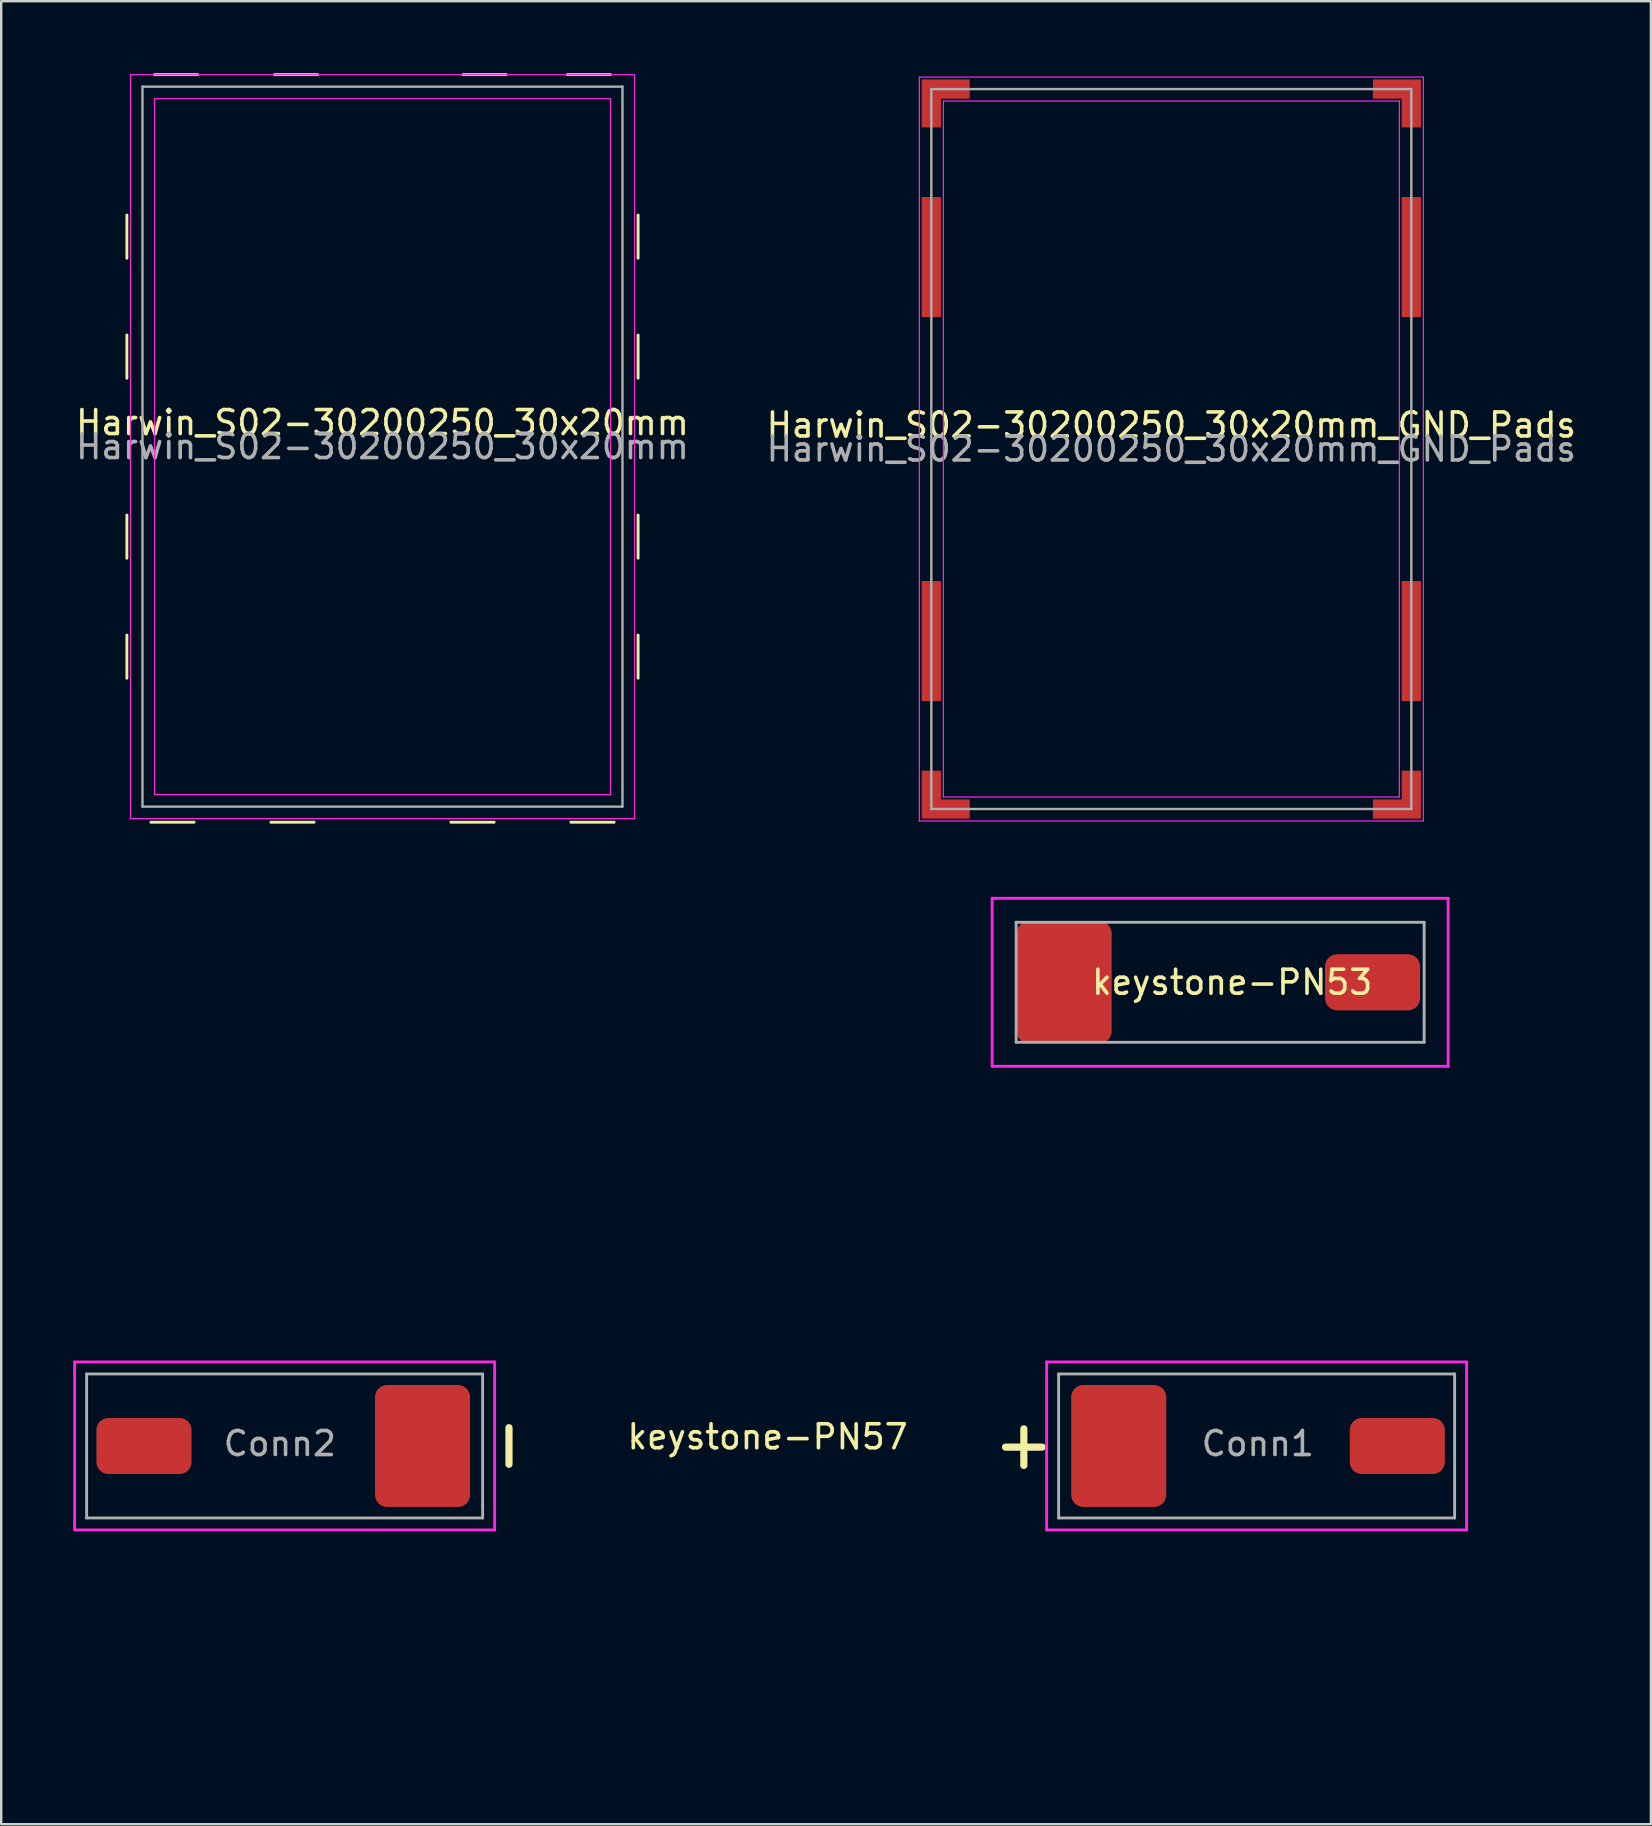
<source format=kicad_pcb>
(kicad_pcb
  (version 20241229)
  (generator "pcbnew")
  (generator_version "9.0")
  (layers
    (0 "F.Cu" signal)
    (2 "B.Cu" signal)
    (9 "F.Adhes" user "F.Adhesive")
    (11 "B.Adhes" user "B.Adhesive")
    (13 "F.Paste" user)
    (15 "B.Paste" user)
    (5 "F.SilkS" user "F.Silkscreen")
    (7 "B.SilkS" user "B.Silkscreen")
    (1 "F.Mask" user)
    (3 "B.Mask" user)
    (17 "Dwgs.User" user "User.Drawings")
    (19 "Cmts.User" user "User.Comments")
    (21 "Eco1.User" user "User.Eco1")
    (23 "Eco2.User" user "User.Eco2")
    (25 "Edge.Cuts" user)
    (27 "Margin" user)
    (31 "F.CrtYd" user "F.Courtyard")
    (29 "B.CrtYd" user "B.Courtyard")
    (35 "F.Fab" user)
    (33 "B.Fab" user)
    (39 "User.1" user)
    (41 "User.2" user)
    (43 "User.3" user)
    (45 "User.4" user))
  (footprint "keystone-PN57"
    (layer "F.Cu")
    (at 29.06 57.2)
    (property "Reference" "keystone-PN57" (at -0.127 -0.381 0) (layer "F.SilkS") (effects (font (size 1 1) (thickness 0.15))))
    (attr through_hole)
    (fp_line (start 0 12.7) (end 0 -12.7) (stroke (width 0.12) (type solid)) (layer "Eco1.User"))
    (fp_line (start 24.13 0) (end -24.13 0) (stroke (width 0.12) (type solid)) (layer "Eco1.User"))
    (fp_line (start -29 -3.5) (end -29 3.5) (stroke (width 0.12) (type solid)) (layer "F.CrtYd"))
    (fp_line (start -29 3.5) (end -11.5 3.5) (stroke (width 0.12) (type solid)) (layer "F.CrtYd"))
    (fp_line (start -11.5 -3.5) (end -29 -3.5) (stroke (width 0.12) (type solid)) (layer "F.CrtYd"))
    (fp_line (start -11.5 3.5) (end -11.5 -3.5) (stroke (width 0.12) (type solid)) (layer "F.CrtYd"))
    (fp_line (start 11.5 -3.5) (end 11.5 3.5) (stroke (width 0.12) (type solid)) (layer "F.CrtYd"))
    (fp_line (start 11.5 3.5) (end 29 3.5) (stroke (width 0.12) (type solid)) (layer "F.CrtYd"))
    (fp_line (start 29 -3.5) (end 11.5 -3.5) (stroke (width 0.12) (type solid)) (layer "F.CrtYd"))
    (fp_line (start 29 3.5) (end 29 -3.5) (stroke (width 0.12) (type solid)) (layer "F.CrtYd"))
    (fp_line (start -28.5 -3) (end -12 -3) (stroke (width 0.12) (type solid)) (layer "F.Fab"))
    (fp_line (start -28.5 3) (end -28.5 -3) (stroke (width 0.12) (type solid)) (layer "F.Fab"))
    (fp_line (start -12 -3) (end -12 2.5) (stroke (width 0.12) (type solid)) (layer "F.Fab"))
    (fp_line (start -12 2.5) (end -12 3) (stroke (width 0.12) (type solid)) (layer "F.Fab"))
    (fp_line (start -12 3) (end -28.5 3) (stroke (width 0.12) (type solid)) (layer "F.Fab"))
    (fp_line (start 12 -3) (end 12 3) (stroke (width 0.12) (type solid)) (layer "F.Fab"))
    (fp_line (start 12 3) (end 28.5 3) (stroke (width 0.12) (type solid)) (layer "F.Fab"))
    (fp_line (start 28.5 -3) (end 12 -3) (stroke (width 0.12) (type solid)) (layer "F.Fab"))
    (fp_line (start 28.5 3) (end 28.5 -3) (stroke (width 0.12) (type solid)) (layer "F.Fab"))
    (fp_text user "-" (at -11.05 0 90) (layer "F.SilkS") (effects (font (size 2 2) (thickness 0.3))))
    (fp_text user "+" (at 10.55 -0.1 0) (layer "F.SilkS") (effects (font (size 2 2) (thickness 0.3))))
    (fp_text user "Conn1" (at 20.3 -0.1 0) (layer "F.Fab") (effects (font (size 1 1) (thickness 0.15))))
    (fp_text user "Conn2" (at -20.45 -0.1 0) (layer "F.Fab") (effects (font (size 1 1) (thickness 0.15))))
    (pad "1" smd roundrect (at 14.503 0) (size 3.96 5.08) (layers "F.Cu" "F.Mask" "F.Paste") (roundrect_rratio 0.126))
    (pad "1" smd roundrect (at 26.111 0) (size 3.962 2.337) (layers "F.Cu" "F.Mask" "F.Paste") (roundrect_rratio 0.214))
    (pad "2" smd roundrect (at -26.111 0) (size 3.962 2.337) (layers "F.Cu" "F.Mask" "F.Paste") (roundrect_rratio 0.214))
    (pad "2" smd roundrect (at -14.503 0) (size 3.96 5.08) (layers "F.Cu" "F.Mask" "F.Paste") (roundrect_rratio 0.126)))
  (footprint "Harwin_S02-30200250_30x20mm_GND_Pads"
    (layer "F.Cu")
    (at 45.756 15.66)
    (property "Reference" "Harwin_S02-30200250_30x20mm_GND_Pads" (at 0 -1 0) (layer "F.SilkS") (effects (font (size 1 1) (thickness 0.15))))
    (attr smd)
    (fp_line (start -10.6 0) (end -9.4 0) (stroke (width 0.12) (type solid)) (layer "Eco2.User"))
    (fp_line (start 0 -15.6) (end 0 -14.4) (stroke (width 0.12) (type solid)) (layer "Eco2.User"))
    (fp_line (start 0 14.4) (end 0 15.6) (stroke (width 0.12) (type solid)) (layer "Eco2.User"))
    (fp_line (start 9.4 0) (end 10.6 0) (stroke (width 0.12) (type solid)) (layer "Eco2.User"))
    (fp_line (start -10.5 -15.5) (end -10.5 15.5) (stroke (width 0.05) (type solid)) (layer "F.CrtYd"))
    (fp_line (start -10.5 15.5) (end 10.5 15.5) (stroke (width 0.05) (type solid)) (layer "F.CrtYd"))
    (fp_line (start -9.5 -14.5) (end -9.5 14.5) (stroke (width 0.05) (type solid)) (layer "F.CrtYd"))
    (fp_line (start -9.5 14.5) (end 9.5 14.5) (stroke (width 0.05) (type solid)) (layer "F.CrtYd"))
    (fp_line (start 9.5 -14.5) (end -9.5 -14.5) (stroke (width 0.05) (type solid)) (layer "F.CrtYd"))
    (fp_line (start 9.5 14.5) (end 9.5 -14.5) (stroke (width 0.05) (type solid)) (layer "F.CrtYd"))
    (fp_line (start 10.5 -15.5) (end -10.5 -15.5) (stroke (width 0.05) (type solid)) (layer "F.CrtYd"))
    (fp_line (start 10.5 15.5) (end 10.5 -15.5) (stroke (width 0.05) (type solid)) (layer "F.CrtYd"))
    (fp_line (start -10 -15) (end -10 15) (stroke (width 0.1) (type solid)) (layer "F.Fab"))
    (fp_line (start -10 15) (end 10 15) (stroke (width 0.1) (type solid)) (layer "F.Fab"))
    (fp_line (start 10 -15) (end -10 -15) (stroke (width 0.1) (type solid)) (layer "F.Fab"))
    (fp_line (start 10 15) (end 10 -15) (stroke (width 0.1) (type solid)) (layer "F.Fab"))
    (fp_text user "${REFERENCE}" (at 0 0 0) (layer "F.Fab") (effects (font (size 1 1) (thickness 0.15))))
    (pad "1" smd custom (at -10 -14.9 180) (size 0.1 0.1) (layers "F.Cu" "F.Mask") (options (anchor rect)) (primitives (gr_poly (pts (xy 0.4 0.5) (xy 0.4 -1.5) (xy -0.4 -1.5) (xy -0.4 -0.3) (xy -1.6 -0.3) (xy -1.6 0.5)) (width 0) (fill yes))))
    (pad "1" smd rect (at -10 -8) (size 0.8 5) (layers "F.Cu" "F.Mask"))
    (pad "1" smd rect (at -10 8) (size 0.8 5) (layers "F.Cu" "F.Mask"))
    (pad "1" smd custom (at -9.9 15 270) (size 0.1 0.1) (layers "F.Cu" "F.Mask") (options (anchor rect)) (primitives (gr_poly (pts (xy 0.4 0.5) (xy 0.4 -1.5) (xy -0.4 -1.5) (xy -0.4 -0.3) (xy -1.6 -0.3) (xy -1.6 0.5)) (width 0) (fill yes))))
    (pad "1" smd custom (at 9.9 -15 90) (size 0.1 0.1) (layers "F.Cu" "F.Mask") (options (anchor rect)) (primitives (gr_poly (pts (xy 0.4 0.5) (xy 0.4 -1.5) (xy -0.4 -1.5) (xy -0.4 -0.3) (xy -1.6 -0.3) (xy -1.6 0.5)) (width 0) (fill yes))))
    (pad "1" smd rect (at 10 -8) (size 0.8 5) (layers "F.Cu" "F.Mask"))
    (pad "1" smd rect (at 10 8) (size 0.8 5) (layers "F.Cu" "F.Mask"))
    (pad "1" smd custom (at 10 14.9) (size 0.1 0.1) (layers "F.Cu" "F.Mask") (options (anchor rect)) (primitives (gr_poly (pts (xy 0.4 0.5) (xy 0.4 -1.5) (xy -0.4 -1.5) (xy -0.4 -0.3) (xy -1.6 -0.3) (xy -1.6 0.5)) (width 0) (fill yes)))))
  (footprint "keystone-PN53"
    (layer "F.Cu")
    (at 41.29 37.88)
    (property "Reference" "keystone-PN53" (at 7 0 0) (layer "F.SilkS") (effects (font (size 1 1) (thickness 0.15))))
    (attr through_hole)
    (fp_line (start -41.23 0) (end -41.23 -0.35) (stroke (width 0.12) (type solid)) (layer "Eco1.User"))
    (fp_line (start -41.23 0) (end -41.23 0.35) (stroke (width 0.12) (type solid)) (layer "Eco1.User"))
    (fp_line (start 10.87 -0.01) (end 10.87 0.12) (stroke (width 0.12) (type solid)) (layer "Eco1.User"))
    (fp_line (start 10.87 0) (end -41.23 0) (stroke (width 0.12) (type solid)) (layer "Eco1.User"))
    (fp_line (start 10.87 0) (end 10.87 -0.12) (stroke (width 0.12) (type solid)) (layer "Eco1.User"))
    (fp_line (start -3 -3.5) (end 16 -3.5) (stroke (width 0.12) (type solid)) (layer "F.CrtYd"))
    (fp_line (start -3 3.5) (end -3 -3.5) (stroke (width 0.12) (type solid)) (layer "F.CrtYd"))
    (fp_line (start 16 -3.5) (end 16 3.5) (stroke (width 0.12) (type solid)) (layer "F.CrtYd"))
    (fp_line (start 16 3.5) (end -3 3.5) (stroke (width 0.12) (type solid)) (layer "F.CrtYd"))
    (fp_line (start -2 -2.5) (end 15 -2.5) (stroke (width 0.12) (type solid)) (layer "F.Fab"))
    (fp_line (start -2 2.5) (end -2 -2.5) (stroke (width 0.12) (type solid)) (layer "F.Fab"))
    (fp_line (start 15 -2.5) (end 15 2.5) (stroke (width 0.12) (type solid)) (layer "F.Fab"))
    (fp_line (start 15 2.5) (end -2 2.5) (stroke (width 0.12) (type solid)) (layer "F.Fab"))
    (pad "1" smd roundrect (at 0 0) (size 3.96 5.08) (layers "F.Cu" "F.Mask" "F.Paste") (roundrect_rratio 0.126))
    (pad "1" smd roundrect (at 12.85 0) (size 3.96 2.34) (layers "F.Cu" "F.Mask" "F.Paste") (roundrect_rratio 0.214)))
  (footprint "Harwin_S02-30200250_30x20mm"
    (layer "F.Cu")
    (at 12.887 15.56)
    (property "Reference" "Harwin_S02-30200250_30x20mm" (at 0 -1 0) (layer "F.SilkS") (effects (font (size 1 1) (thickness 0.15))))
    (attr smd)
    (fp_line (start -10.65 -9.65) (end -10.65 -7.85) (stroke (width 0.12) (type solid)) (layer "F.SilkS"))
    (fp_line (start -10.65 -4.65) (end -10.65 -2.85) (stroke (width 0.12) (type solid)) (layer "F.SilkS"))
    (fp_line (start -10.65 2.85) (end -10.65 4.65) (stroke (width 0.12) (type solid)) (layer "F.SilkS"))
    (fp_line (start -10.65 7.85) (end -10.65 9.65) (stroke (width 0.12) (type solid)) (layer "F.SilkS"))
    (fp_line (start -9.65 15.65) (end -7.85 15.65) (stroke (width 0.12) (type solid)) (layer "F.SilkS"))
    (fp_line (start -9.5 -15.5) (end -7.7 -15.5) (stroke (width 0.12) (type solid)) (layer "F.SilkS"))
    (fp_line (start -4.65 15.65) (end -2.85 15.65) (stroke (width 0.12) (type solid)) (layer "F.SilkS"))
    (fp_line (start -4.5 -15.5) (end -2.7 -15.5) (stroke (width 0.12) (type solid)) (layer "F.SilkS"))
    (fp_line (start 2.85 15.65) (end 4.65 15.65) (stroke (width 0.12) (type solid)) (layer "F.SilkS"))
    (fp_line (start 3.35 -15.5) (end 5.15 -15.5) (stroke (width 0.12) (type solid)) (layer "F.SilkS"))
    (fp_line (start 7.7 -15.5) (end 9.5 -15.5) (stroke (width 0.12) (type solid)) (layer "F.SilkS"))
    (fp_line (start 7.85 15.65) (end 9.65 15.65) (stroke (width 0.12) (type solid)) (layer "F.SilkS"))
    (fp_line (start 10.65 -9.65) (end 10.65 -7.85) (stroke (width 0.12) (type solid)) (layer "F.SilkS"))
    (fp_line (start 10.65 -4.65) (end 10.65 -2.85) (stroke (width 0.12) (type solid)) (layer "F.SilkS"))
    (fp_line (start 10.65 2.85) (end 10.65 4.65) (stroke (width 0.12) (type solid)) (layer "F.SilkS"))
    (fp_line (start 10.65 7.85) (end 10.65 9.65) (stroke (width 0.12) (type solid)) (layer "F.SilkS"))
    (fp_line (start -10.5 -15.5) (end -10.5 15.5) (stroke (width 0.05) (type solid)) (layer "F.CrtYd"))
    (fp_line (start -10.5 15.5) (end 10.5 15.5) (stroke (width 0.05) (type solid)) (layer "F.CrtYd"))
    (fp_line (start -9.5 -14.5) (end -9.5 14.5) (stroke (width 0.05) (type solid)) (layer "F.CrtYd"))
    (fp_line (start -9.5 14.5) (end 9.5 14.5) (stroke (width 0.05) (type solid)) (layer "F.CrtYd"))
    (fp_line (start 9.5 -14.5) (end -9.5 -14.5) (stroke (width 0.05) (type solid)) (layer "F.CrtYd"))
    (fp_line (start 9.5 14.5) (end 9.5 -14.5) (stroke (width 0.05) (type solid)) (layer "F.CrtYd"))
    (fp_line (start 10.5 -15.5) (end -10.5 -15.5) (stroke (width 0.05) (type solid)) (layer "F.CrtYd"))
    (fp_line (start 10.5 15.5) (end 10.5 -15.5) (stroke (width 0.05) (type solid)) (layer "F.CrtYd"))
    (fp_line (start -10 -15) (end -10 15) (stroke (width 0.1) (type solid)) (layer "F.Fab"))
    (fp_line (start -10 15) (end 10 15) (stroke (width 0.1) (type solid)) (layer "F.Fab"))
    (fp_line (start 10 -15) (end -10 -15) (stroke (width 0.1) (type solid)) (layer "F.Fab"))
    (fp_line (start 10 15) (end 10 -15) (stroke (width 0.1) (type solid)) (layer "F.Fab"))
    (fp_text user "${REFERENCE}" (at 0 0 0) (layer "F.Fab") (effects (font (size 1 1) (thickness 0.15)))))
  (gr_rect
    (start -3 -3)
    (end 65.738 72.96)
    (stroke (width 0.1) (type default))
    (fill no)
    (layer "Edge.Cuts")))
</source>
